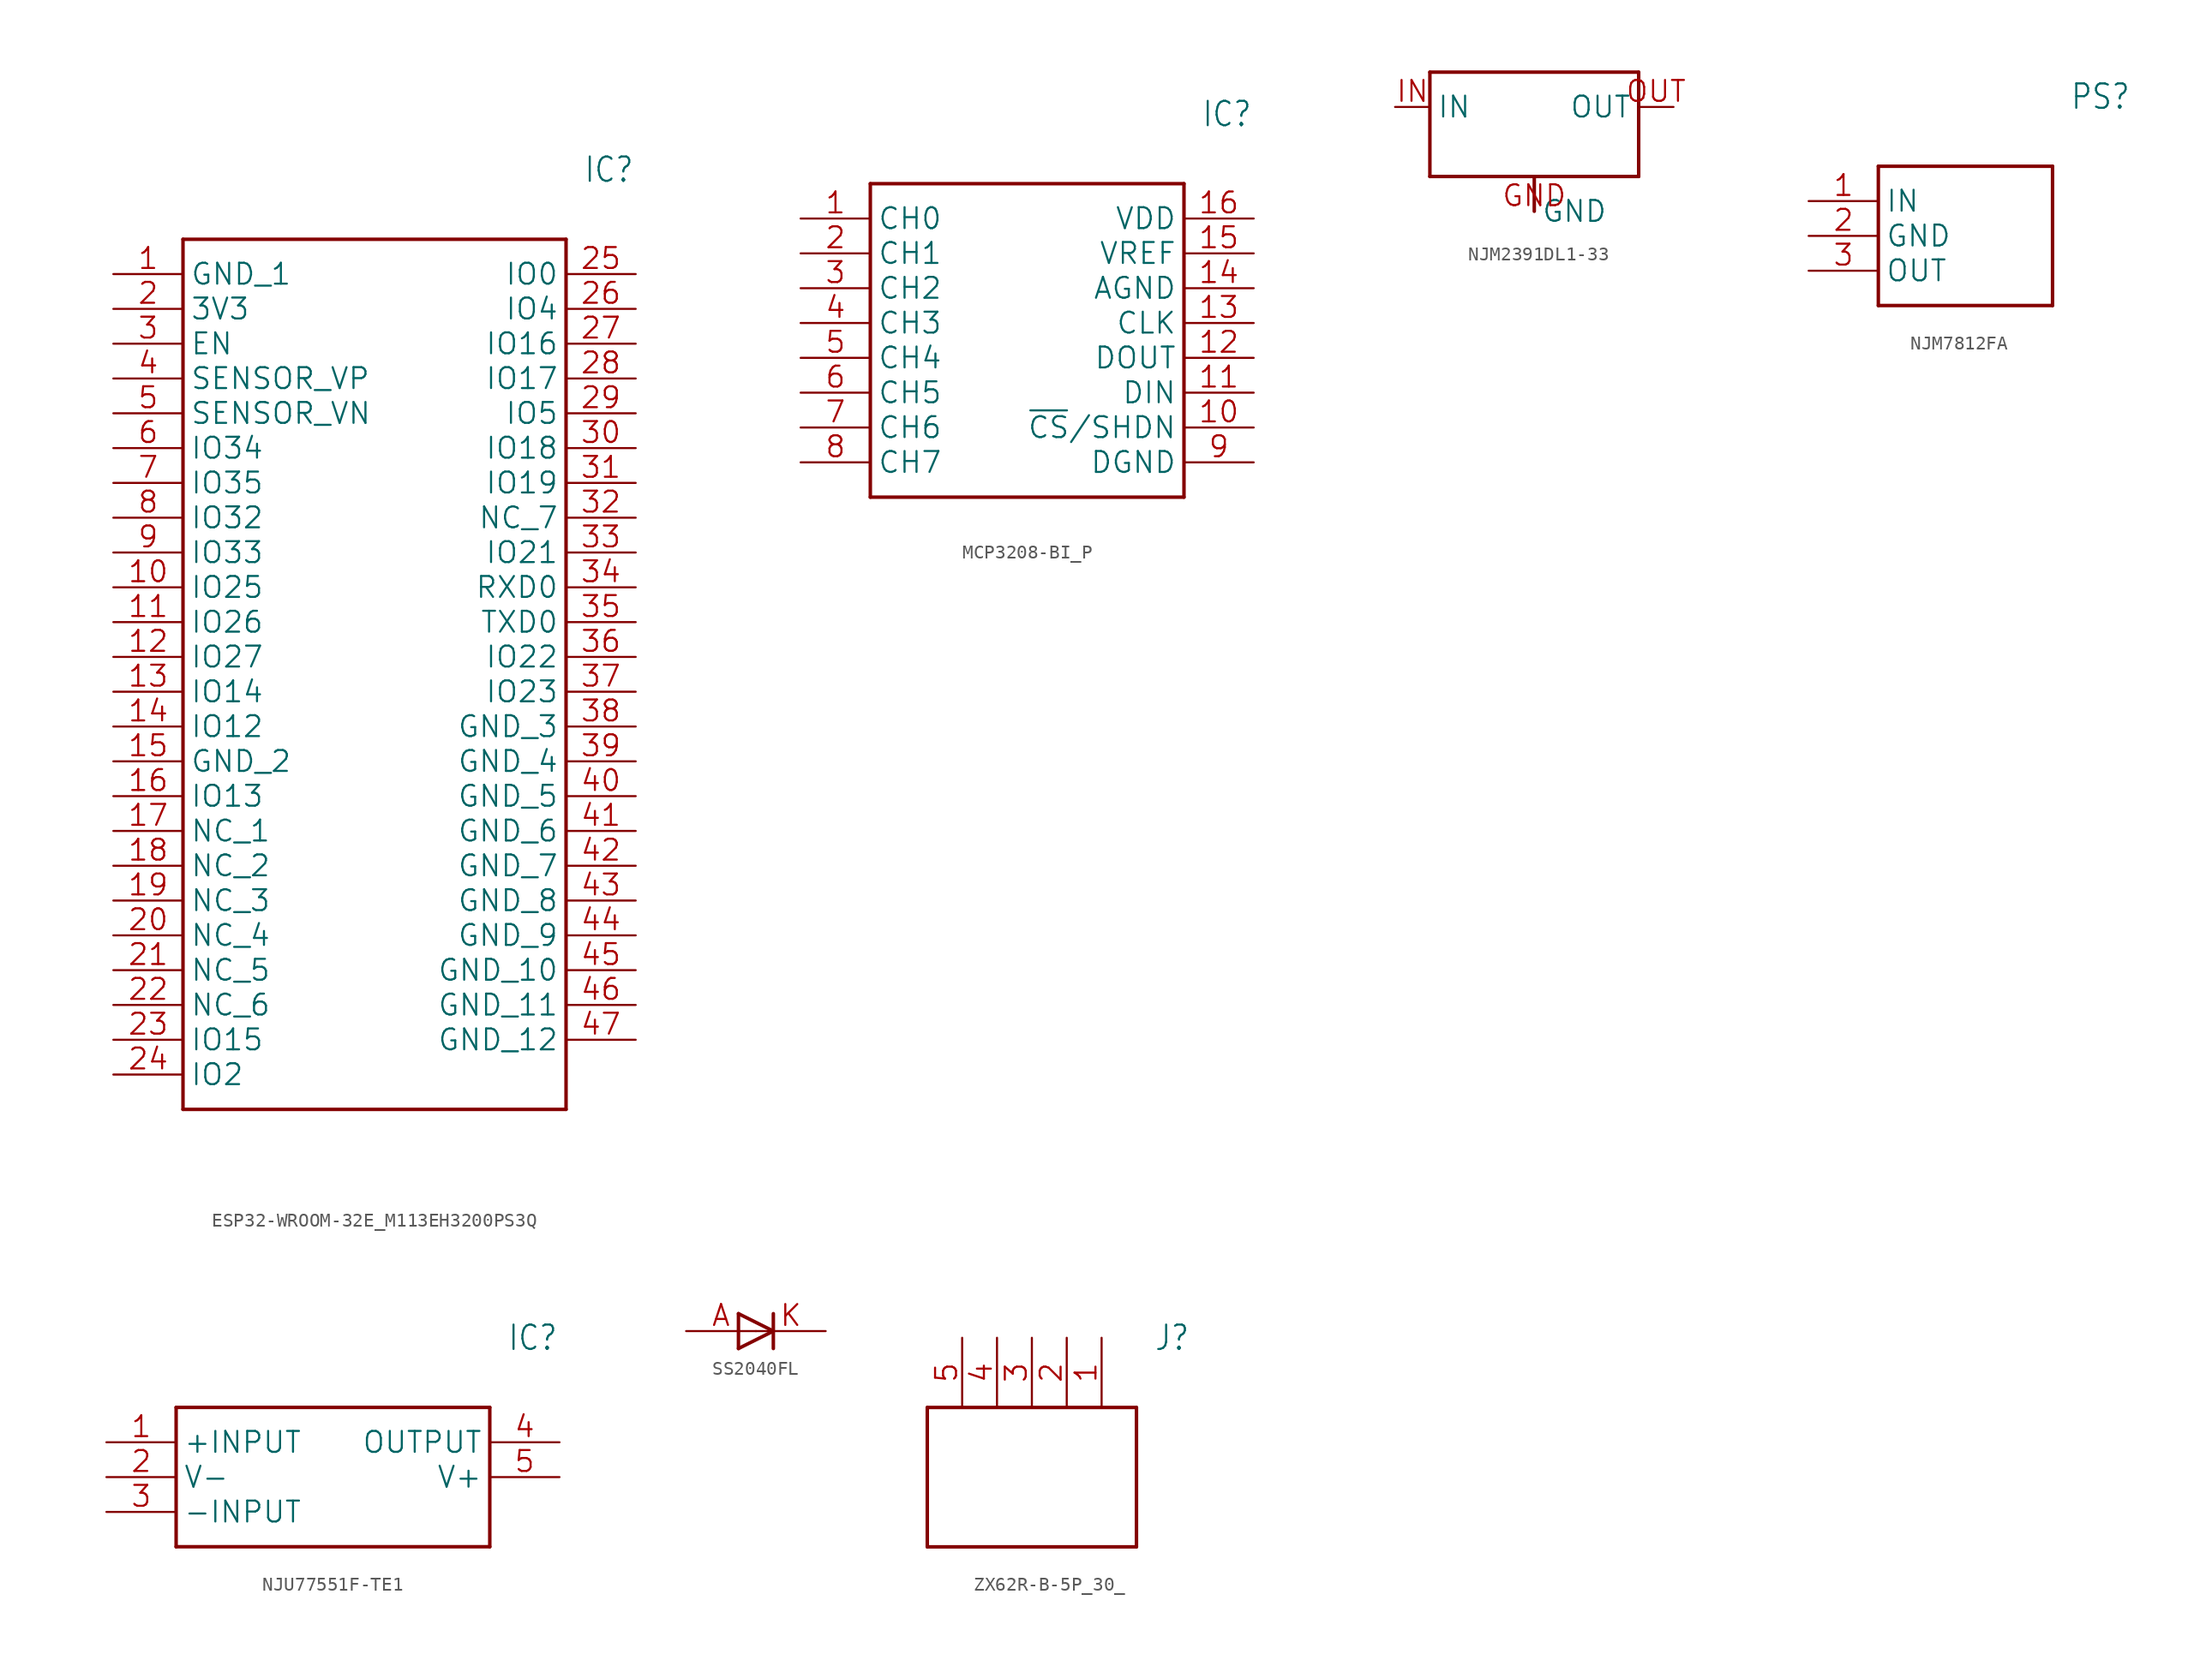
<source format=kicad_sym>
(kicad_symbol_lib
  (version 20241209)
  (generator "kicad_symbol_editor")
  (generator_version "9.0")
  (symbol "ESP32-WROOM-32E_M113EH3200PS3Q"
    (property "Reference" "IC"
      (at 34.29 7.62 0)
      (effects (font (size 1.778 1.511)) (justify left)))
    (property "Value" ""
      (at 34.29 5.08 0)
      (effects (font (size 1.778 1.511)) (justify left)))
    (property "ki_locked" ""
      (at 0 0 0)
      (effects (font (size 1.27 1.27))))
    (symbol "ESP32-WROOM-32E_M113EH3200PS3Q_1_0"
      (polyline (pts (xy 5.08 2.54) (xy 5.08 -60.96)) (stroke (width 0.254) (type solid)) (fill (type none)))
      (polyline (pts (xy 5.08 2.54) (xy 33.02 2.54)) (stroke (width 0.254) (type solid)) (fill (type none)))
      (polyline (pts (xy 33.02 -60.96) (xy 5.08 -60.96)) (stroke (width 0.254) (type solid)) (fill (type none)))
      (polyline (pts (xy 33.02 -60.96) (xy 33.02 2.54)) (stroke (width 0.254) (type solid)) (fill (type none)))
      (pin bidirectional line (at 0 0 0) (length 5.08) (name "GND_1" (effects (font (size 1.524 1.524)))) (number "1" (effects (font (size 1.524 1.524)))))
      (pin bidirectional line (at 0 -2.54 0) (length 5.08) (name "3V3" (effects (font (size 1.524 1.524)))) (number "2" (effects (font (size 1.524 1.524)))))
      (pin bidirectional line (at 0 -5.08 0) (length 5.08) (name "EN" (effects (font (size 1.524 1.524)))) (number "3" (effects (font (size 1.524 1.524)))))
      (pin bidirectional line (at 0 -7.62 0) (length 5.08) (name "SENSOR_VP" (effects (font (size 1.524 1.524)))) (number "4" (effects (font (size 1.524 1.524)))))
      (pin bidirectional line (at 0 -10.16 0) (length 5.08) (name "SENSOR_VN" (effects (font (size 1.524 1.524)))) (number "5" (effects (font (size 1.524 1.524)))))
      (pin bidirectional line (at 0 -12.7 0) (length 5.08) (name "IO34" (effects (font (size 1.524 1.524)))) (number "6" (effects (font (size 1.524 1.524)))))
      (pin bidirectional line (at 0 -15.24 0) (length 5.08) (name "IO35" (effects (font (size 1.524 1.524)))) (number "7" (effects (font (size 1.524 1.524)))))
      (pin bidirectional line (at 0 -17.78 0) (length 5.08) (name "IO32" (effects (font (size 1.524 1.524)))) (number "8" (effects (font (size 1.524 1.524)))))
      (pin bidirectional line (at 0 -20.32 0) (length 5.08) (name "IO33" (effects (font (size 1.524 1.524)))) (number "9" (effects (font (size 1.524 1.524)))))
      (pin bidirectional line (at 0 -22.86 0) (length 5.08) (name "IO25" (effects (font (size 1.524 1.524)))) (number "10" (effects (font (size 1.524 1.524)))))
      (pin bidirectional line (at 0 -25.4 0) (length 5.08) (name "IO26" (effects (font (size 1.524 1.524)))) (number "11" (effects (font (size 1.524 1.524)))))
      (pin bidirectional line (at 0 -27.94 0) (length 5.08) (name "IO27" (effects (font (size 1.524 1.524)))) (number "12" (effects (font (size 1.524 1.524)))))
      (pin bidirectional line (at 0 -30.48 0) (length 5.08) (name "IO14" (effects (font (size 1.524 1.524)))) (number "13" (effects (font (size 1.524 1.524)))))
      (pin bidirectional line (at 0 -33.02 0) (length 5.08) (name "IO12" (effects (font (size 1.524 1.524)))) (number "14" (effects (font (size 1.524 1.524)))))
      (pin bidirectional line (at 0 -35.56 0) (length 5.08) (name "GND_2" (effects (font (size 1.524 1.524)))) (number "15" (effects (font (size 1.524 1.524)))))
      (pin bidirectional line (at 0 -38.1 0) (length 5.08) (name "IO13" (effects (font (size 1.524 1.524)))) (number "16" (effects (font (size 1.524 1.524)))))
      (pin bidirectional line (at 0 -40.64 0) (length 5.08) (name "NC_1" (effects (font (size 1.524 1.524)))) (number "17" (effects (font (size 1.524 1.524)))))
      (pin bidirectional line (at 0 -43.18 0) (length 5.08) (name "NC_2" (effects (font (size 1.524 1.524)))) (number "18" (effects (font (size 1.524 1.524)))))
      (pin bidirectional line (at 0 -45.72 0) (length 5.08) (name "NC_3" (effects (font (size 1.524 1.524)))) (number "19" (effects (font (size 1.524 1.524)))))
      (pin bidirectional line (at 0 -48.26 0) (length 5.08) (name "NC_4" (effects (font (size 1.524 1.524)))) (number "20" (effects (font (size 1.524 1.524)))))
      (pin bidirectional line (at 0 -50.8 0) (length 5.08) (name "NC_5" (effects (font (size 1.524 1.524)))) (number "21" (effects (font (size 1.524 1.524)))))
      (pin bidirectional line (at 0 -53.34 0) (length 5.08) (name "NC_6" (effects (font (size 1.524 1.524)))) (number "22" (effects (font (size 1.524 1.524)))))
      (pin bidirectional line (at 0 -55.88 0) (length 5.08) (name "IO15" (effects (font (size 1.524 1.524)))) (number "23" (effects (font (size 1.524 1.524)))))
      (pin bidirectional line (at 0 -58.42 0) (length 5.08) (name "IO2" (effects (font (size 1.524 1.524)))) (number "24" (effects (font (size 1.524 1.524)))))
      (pin bidirectional line (at 38.1 0 180) (length 5.08) (name "IO0" (effects (font (size 1.524 1.524)))) (number "25" (effects (font (size 1.524 1.524)))))
      (pin bidirectional line (at 38.1 -2.54 180) (length 5.08) (name "IO4" (effects (font (size 1.524 1.524)))) (number "26" (effects (font (size 1.524 1.524)))))
      (pin bidirectional line (at 38.1 -5.08 180) (length 5.08) (name "IO16" (effects (font (size 1.524 1.524)))) (number "27" (effects (font (size 1.524 1.524)))))
      (pin bidirectional line (at 38.1 -7.62 180) (length 5.08) (name "IO17" (effects (font (size 1.524 1.524)))) (number "28" (effects (font (size 1.524 1.524)))))
      (pin bidirectional line (at 38.1 -10.16 180) (length 5.08) (name "IO5" (effects (font (size 1.524 1.524)))) (number "29" (effects (font (size 1.524 1.524)))))
      (pin bidirectional line (at 38.1 -12.7 180) (length 5.08) (name "IO18" (effects (font (size 1.524 1.524)))) (number "30" (effects (font (size 1.524 1.524)))))
      (pin bidirectional line (at 38.1 -15.24 180) (length 5.08) (name "IO19" (effects (font (size 1.524 1.524)))) (number "31" (effects (font (size 1.524 1.524)))))
      (pin bidirectional line (at 38.1 -17.78 180) (length 5.08) (name "NC_7" (effects (font (size 1.524 1.524)))) (number "32" (effects (font (size 1.524 1.524)))))
      (pin bidirectional line (at 38.1 -20.32 180) (length 5.08) (name "IO21" (effects (font (size 1.524 1.524)))) (number "33" (effects (font (size 1.524 1.524)))))
      (pin bidirectional line (at 38.1 -22.86 180) (length 5.08) (name "RXD0" (effects (font (size 1.524 1.524)))) (number "34" (effects (font (size 1.524 1.524)))))
      (pin bidirectional line (at 38.1 -25.4 180) (length 5.08) (name "TXD0" (effects (font (size 1.524 1.524)))) (number "35" (effects (font (size 1.524 1.524)))))
      (pin bidirectional line (at 38.1 -27.94 180) (length 5.08) (name "IO22" (effects (font (size 1.524 1.524)))) (number "36" (effects (font (size 1.524 1.524)))))
      (pin bidirectional line (at 38.1 -30.48 180) (length 5.08) (name "IO23" (effects (font (size 1.524 1.524)))) (number "37" (effects (font (size 1.524 1.524)))))
      (pin bidirectional line (at 38.1 -33.02 180) (length 5.08) (name "GND_3" (effects (font (size 1.524 1.524)))) (number "38" (effects (font (size 1.524 1.524)))))
      (pin bidirectional line (at 38.1 -35.56 180) (length 5.08) (name "GND_4" (effects (font (size 1.524 1.524)))) (number "39" (effects (font (size 1.524 1.524)))))
      (pin bidirectional line (at 38.1 -38.1 180) (length 5.08) (name "GND_5" (effects (font (size 1.524 1.524)))) (number "40" (effects (font (size 1.524 1.524)))))
      (pin bidirectional line (at 38.1 -40.64 180) (length 5.08) (name "GND_6" (effects (font (size 1.524 1.524)))) (number "41" (effects (font (size 1.524 1.524)))))
      (pin bidirectional line (at 38.1 -43.18 180) (length 5.08) (name "GND_7" (effects (font (size 1.524 1.524)))) (number "42" (effects (font (size 1.524 1.524)))))
      (pin bidirectional line (at 38.1 -45.72 180) (length 5.08) (name "GND_8" (effects (font (size 1.524 1.524)))) (number "43" (effects (font (size 1.524 1.524)))))
      (pin bidirectional line (at 38.1 -48.26 180) (length 5.08) (name "GND_9" (effects (font (size 1.524 1.524)))) (number "44" (effects (font (size 1.524 1.524)))))
      (pin bidirectional line (at 38.1 -50.8 180) (length 5.08) (name "GND_10" (effects (font (size 1.524 1.524)))) (number "45" (effects (font (size 1.524 1.524)))))
      (pin bidirectional line (at 38.1 -53.34 180) (length 5.08) (name "GND_11" (effects (font (size 1.524 1.524)))) (number "46" (effects (font (size 1.524 1.524)))))
      (pin bidirectional line (at 38.1 -55.88 180) (length 5.08) (name "GND_12" (effects (font (size 1.524 1.524)))) (number "47" (effects (font (size 1.524 1.524)))))))
  (symbol "MCP3208-BI_P"
    (property "Reference" "IC"
      (at 29.21 7.62 0)
      (effects (font (size 1.778 1.511)) (justify left)))
    (property "Value" ""
      (at 29.21 5.08 0)
      (effects (font (size 1.778 1.511)) (justify left)))
    (property "ki_locked" ""
      (at 0 0 0)
      (effects (font (size 1.27 1.27))))
    (symbol "MCP3208-BI_P_1_0"
      (polyline (pts (xy 5.08 2.54) (xy 5.08 -20.32)) (stroke (width 0.254) (type solid)) (fill (type none)))
      (polyline (pts (xy 5.08 2.54) (xy 27.94 2.54)) (stroke (width 0.254) (type solid)) (fill (type none)))
      (polyline (pts (xy 27.94 -20.32) (xy 5.08 -20.32)) (stroke (width 0.254) (type solid)) (fill (type none)))
      (polyline (pts (xy 27.94 -20.32) (xy 27.94 2.54)) (stroke (width 0.254) (type solid)) (fill (type none)))
      (pin bidirectional line (at 0 0 0) (length 5.08) (name "CH0" (effects (font (size 1.524 1.524)))) (number "1" (effects (font (size 1.524 1.524)))))
      (pin bidirectional line (at 0 -2.54 0) (length 5.08) (name "CH1" (effects (font (size 1.524 1.524)))) (number "2" (effects (font (size 1.524 1.524)))))
      (pin bidirectional line (at 0 -5.08 0) (length 5.08) (name "CH2" (effects (font (size 1.524 1.524)))) (number "3" (effects (font (size 1.524 1.524)))))
      (pin bidirectional line (at 0 -7.62 0) (length 5.08) (name "CH3" (effects (font (size 1.524 1.524)))) (number "4" (effects (font (size 1.524 1.524)))))
      (pin bidirectional line (at 0 -10.16 0) (length 5.08) (name "CH4" (effects (font (size 1.524 1.524)))) (number "5" (effects (font (size 1.524 1.524)))))
      (pin bidirectional line (at 0 -12.7 0) (length 5.08) (name "CH5" (effects (font (size 1.524 1.524)))) (number "6" (effects (font (size 1.524 1.524)))))
      (pin bidirectional line (at 0 -15.24 0) (length 5.08) (name "CH6" (effects (font (size 1.524 1.524)))) (number "7" (effects (font (size 1.524 1.524)))))
      (pin bidirectional line (at 0 -17.78 0) (length 5.08) (name "CH7" (effects (font (size 1.524 1.524)))) (number "8" (effects (font (size 1.524 1.524)))))
      (pin power_in line (at 33.02 0 180) (length 5.08) (name "VDD" (effects (font (size 1.524 1.524)))) (number "16" (effects (font (size 1.524 1.524)))))
      (pin input line (at 33.02 -2.54 180) (length 5.08) (name "VREF" (effects (font (size 1.524 1.524)))) (number "15" (effects (font (size 1.524 1.524)))))
      (pin power_in line (at 33.02 -5.08 180) (length 5.08) (name "AGND" (effects (font (size 1.524 1.524)))) (number "14" (effects (font (size 1.524 1.524)))))
      (pin input line (at 33.02 -7.62 180) (length 5.08) (name "CLK" (effects (font (size 1.524 1.524)))) (number "13" (effects (font (size 1.524 1.524)))))
      (pin output line (at 33.02 -10.16 180) (length 5.08) (name "DOUT" (effects (font (size 1.524 1.524)))) (number "12" (effects (font (size 1.524 1.524)))))
      (pin input line (at 33.02 -12.7 180) (length 5.08) (name "DIN" (effects (font (size 1.524 1.524)))) (number "11" (effects (font (size 1.524 1.524)))))
      (pin input line (at 33.02 -15.24 180) (length 5.08) (name "~{CS}/SHDN" (effects (font (size 1.524 1.524)))) (number "10" (effects (font (size 1.524 1.524)))))
      (pin power_in line (at 33.02 -17.78 180) (length 5.08) (name "DGND" (effects (font (size 1.524 1.524)))) (number "9" (effects (font (size 1.524 1.524)))))))
  (symbol "NJM2391DL1-33"
    (property "Reference" ""
      (at 0 0 0)
      (effects (font (size 1.27 1.27)) (hide yes)))
    (property "ki_locked" ""
      (at 0 0 0)
      (effects (font (size 1.27 1.27))))
    (symbol "NJM2391DL1-33_1_0"
      (polyline (pts (xy -7.62 2.54) (xy -7.62 -5.08)) (stroke (width 0.254) (type solid)) (fill (type none)))
      (polyline (pts (xy -7.62 -5.08) (xy 0 -5.08)) (stroke (width 0.254) (type solid)) (fill (type none)))
      (polyline (pts (xy 0 -5.08) (xy 7.62 -5.08)) (stroke (width 0.254) (type solid)) (fill (type none)))
      (polyline (pts (xy 0 -7.62) (xy 0 -5.08)) (stroke (width 0.254) (type solid)) (fill (type none)))
      (polyline (pts (xy 7.62 2.54) (xy -7.62 2.54)) (stroke (width 0.254) (type solid)) (fill (type none)))
      (polyline (pts (xy 7.62 -5.08) (xy 7.62 2.54)) (stroke (width 0.254) (type solid)) (fill (type none)))
      (pin bidirectional line (at -10.16 0 0) (length 2.54) (name "IN" (effects (font (size 1.524 1.524)))) (number "IN" (effects (font (size 1.524 1.524)))))
      (pin bidirectional line (at 0 -7.62 0) (length 0) (name "GND" (effects (font (size 1.524 1.524)))) (number "GND" (effects (font (size 1.524 1.524)))))
      (pin bidirectional line (at 10.16 0 180) (length 2.54) (name "OUT" (effects (font (size 1.524 1.524)))) (number "OUT" (effects (font (size 1.524 1.524)))))))
  (symbol "NJM7812FA"
    (property "Reference" "PS"
      (at 19.05 7.62 0)
      (effects (font (size 1.778 1.511)) (justify left)))
    (property "Value" ""
      (at 19.05 5.08 0)
      (effects (font (size 1.778 1.511)) (justify left)))
    (property "ki_locked" ""
      (at 0 0 0)
      (effects (font (size 1.27 1.27))))
    (symbol "NJM7812FA_1_0"
      (polyline (pts (xy 5.08 2.54) (xy 5.08 -7.62)) (stroke (width 0.254) (type solid)) (fill (type none)))
      (polyline (pts (xy 5.08 2.54) (xy 17.78 2.54)) (stroke (width 0.254) (type solid)) (fill (type none)))
      (polyline (pts (xy 17.78 -7.62) (xy 5.08 -7.62)) (stroke (width 0.254) (type solid)) (fill (type none)))
      (polyline (pts (xy 17.78 -7.62) (xy 17.78 2.54)) (stroke (width 0.254) (type solid)) (fill (type none)))
      (pin power_in line (at 0 0 0) (length 5.08) (name "IN" (effects (font (size 1.524 1.524)))) (number "1" (effects (font (size 1.524 1.524)))))
      (pin power_in line (at 0 -2.54 0) (length 5.08) (name "GND" (effects (font (size 1.524 1.524)))) (number "2" (effects (font (size 1.524 1.524)))))
      (pin power_in line (at 0 -5.08 0) (length 5.08) (name "OUT" (effects (font (size 1.524 1.524)))) (number "3" (effects (font (size 1.524 1.524)))))))
  (symbol "NJU77551F-TE1"
    (property "Reference" "IC"
      (at 29.21 7.62 0)
      (effects (font (size 1.778 1.511)) (justify left)))
    (property "Value" ""
      (at 29.21 5.08 0)
      (effects (font (size 1.778 1.511)) (justify left)))
    (property "ki_locked" ""
      (at 0 0 0)
      (effects (font (size 1.27 1.27))))
    (symbol "NJU77551F-TE1_1_0"
      (polyline (pts (xy 5.08 2.54) (xy 5.08 -7.62)) (stroke (width 0.254) (type solid)) (fill (type none)))
      (polyline (pts (xy 5.08 2.54) (xy 27.94 2.54)) (stroke (width 0.254) (type solid)) (fill (type none)))
      (polyline (pts (xy 27.94 -7.62) (xy 5.08 -7.62)) (stroke (width 0.254) (type solid)) (fill (type none)))
      (polyline (pts (xy 27.94 -7.62) (xy 27.94 2.54)) (stroke (width 0.254) (type solid)) (fill (type none)))
      (pin bidirectional line (at 0 0 0) (length 5.08) (name "+INPUT" (effects (font (size 1.524 1.524)))) (number "1" (effects (font (size 1.524 1.524)))))
      (pin bidirectional line (at 0 -2.54 0) (length 5.08) (name "V-" (effects (font (size 1.524 1.524)))) (number "2" (effects (font (size 1.524 1.524)))))
      (pin bidirectional line (at 0 -5.08 0) (length 5.08) (name "-INPUT" (effects (font (size 1.524 1.524)))) (number "3" (effects (font (size 1.524 1.524)))))
      (pin bidirectional line (at 33.02 0 180) (length 5.08) (name "OUTPUT" (effects (font (size 1.524 1.524)))) (number "4" (effects (font (size 1.524 1.524)))))
      (pin bidirectional line (at 33.02 -2.54 180) (length 5.08) (name "V+" (effects (font (size 1.524 1.524)))) (number "5" (effects (font (size 1.524 1.524)))))))
  (symbol "SS2040FL"
    (property "Reference" ""
      (at 0 0 0)
      (effects (font (size 1.27 1.27)) (hide yes)))
    (property "ki_locked" ""
      (at 0 0 0)
      (effects (font (size 1.27 1.27))))
    (symbol "SS2040FL_1_0"
      (polyline (pts (xy -1.27 1.27) (xy 1.27 0)) (stroke (width 0.254) (type solid)) (fill (type none)))
      (polyline (pts (xy -1.27 -1.27) (xy -1.27 1.27)) (stroke (width 0.254) (type solid)) (fill (type none)))
      (polyline (pts (xy 1.27 1.27) (xy 1.27 -1.27)) (stroke (width 0.254) (type solid)) (fill (type none)))
      (polyline (pts (xy 1.27 0) (xy -1.27 -1.27)) (stroke (width 0.254) (type solid)) (fill (type none)))
      (pin bidirectional line (at -5.08 0 0) (length 5.08) (name "A" (effects (font (size 0 0)))) (number "A" (effects (font (size 1.524 1.524)))))
      (pin bidirectional line (at 5.08 0 180) (length 5.08) (name "K" (effects (font (size 0 0)))) (number "K" (effects (font (size 1.524 1.524)))))))
  (symbol "ZX62R-B-5P_30_"
    (property "Reference" "J"
      (at 13.97 0 0)
      (effects (font (size 1.778 1.511)) (justify left)))
    (property "Value" ""
      (at 13.97 -2.54 0)
      (effects (font (size 1.778 1.511)) (justify left)))
    (property "ki_locked" ""
      (at 0 0 0)
      (effects (font (size 1.27 1.27))))
    (symbol "ZX62R-B-5P_30__1_0"
      (polyline (pts (xy -2.54 -5.08) (xy -2.54 -15.24)) (stroke (width 0.254) (type solid)) (fill (type none)))
      (polyline (pts (xy -2.54 -5.08) (xy 12.7 -5.08)) (stroke (width 0.254) (type solid)) (fill (type none)))
      (polyline (pts (xy 12.7 -15.24) (xy -2.54 -15.24)) (stroke (width 0.254) (type solid)) (fill (type none)))
      (polyline (pts (xy 12.7 -15.24) (xy 12.7 -5.08)) (stroke (width 0.254) (type solid)) (fill (type none)))
      (pin bidirectional line (at 0 0 270) (length 5.08) (name "5" (effects (font (size 0 0)))) (number "5" (effects (font (size 1.524 1.524)))))
      (pin bidirectional line (at 2.54 0 270) (length 5.08) (name "4" (effects (font (size 0 0)))) (number "4" (effects (font (size 1.524 1.524)))))
      (pin bidirectional line (at 5.08 0 270) (length 5.08) (name "3" (effects (font (size 0 0)))) (number "3" (effects (font (size 1.524 1.524)))))
      (pin bidirectional line (at 7.62 0 270) (length 5.08) (name "2" (effects (font (size 0 0)))) (number "2" (effects (font (size 1.524 1.524)))))
      (pin bidirectional line (at 10.16 0 270) (length 5.08) (name "1" (effects (font (size 0 0)))) (number "1" (effects (font (size 1.524 1.524))))))))
</source>
